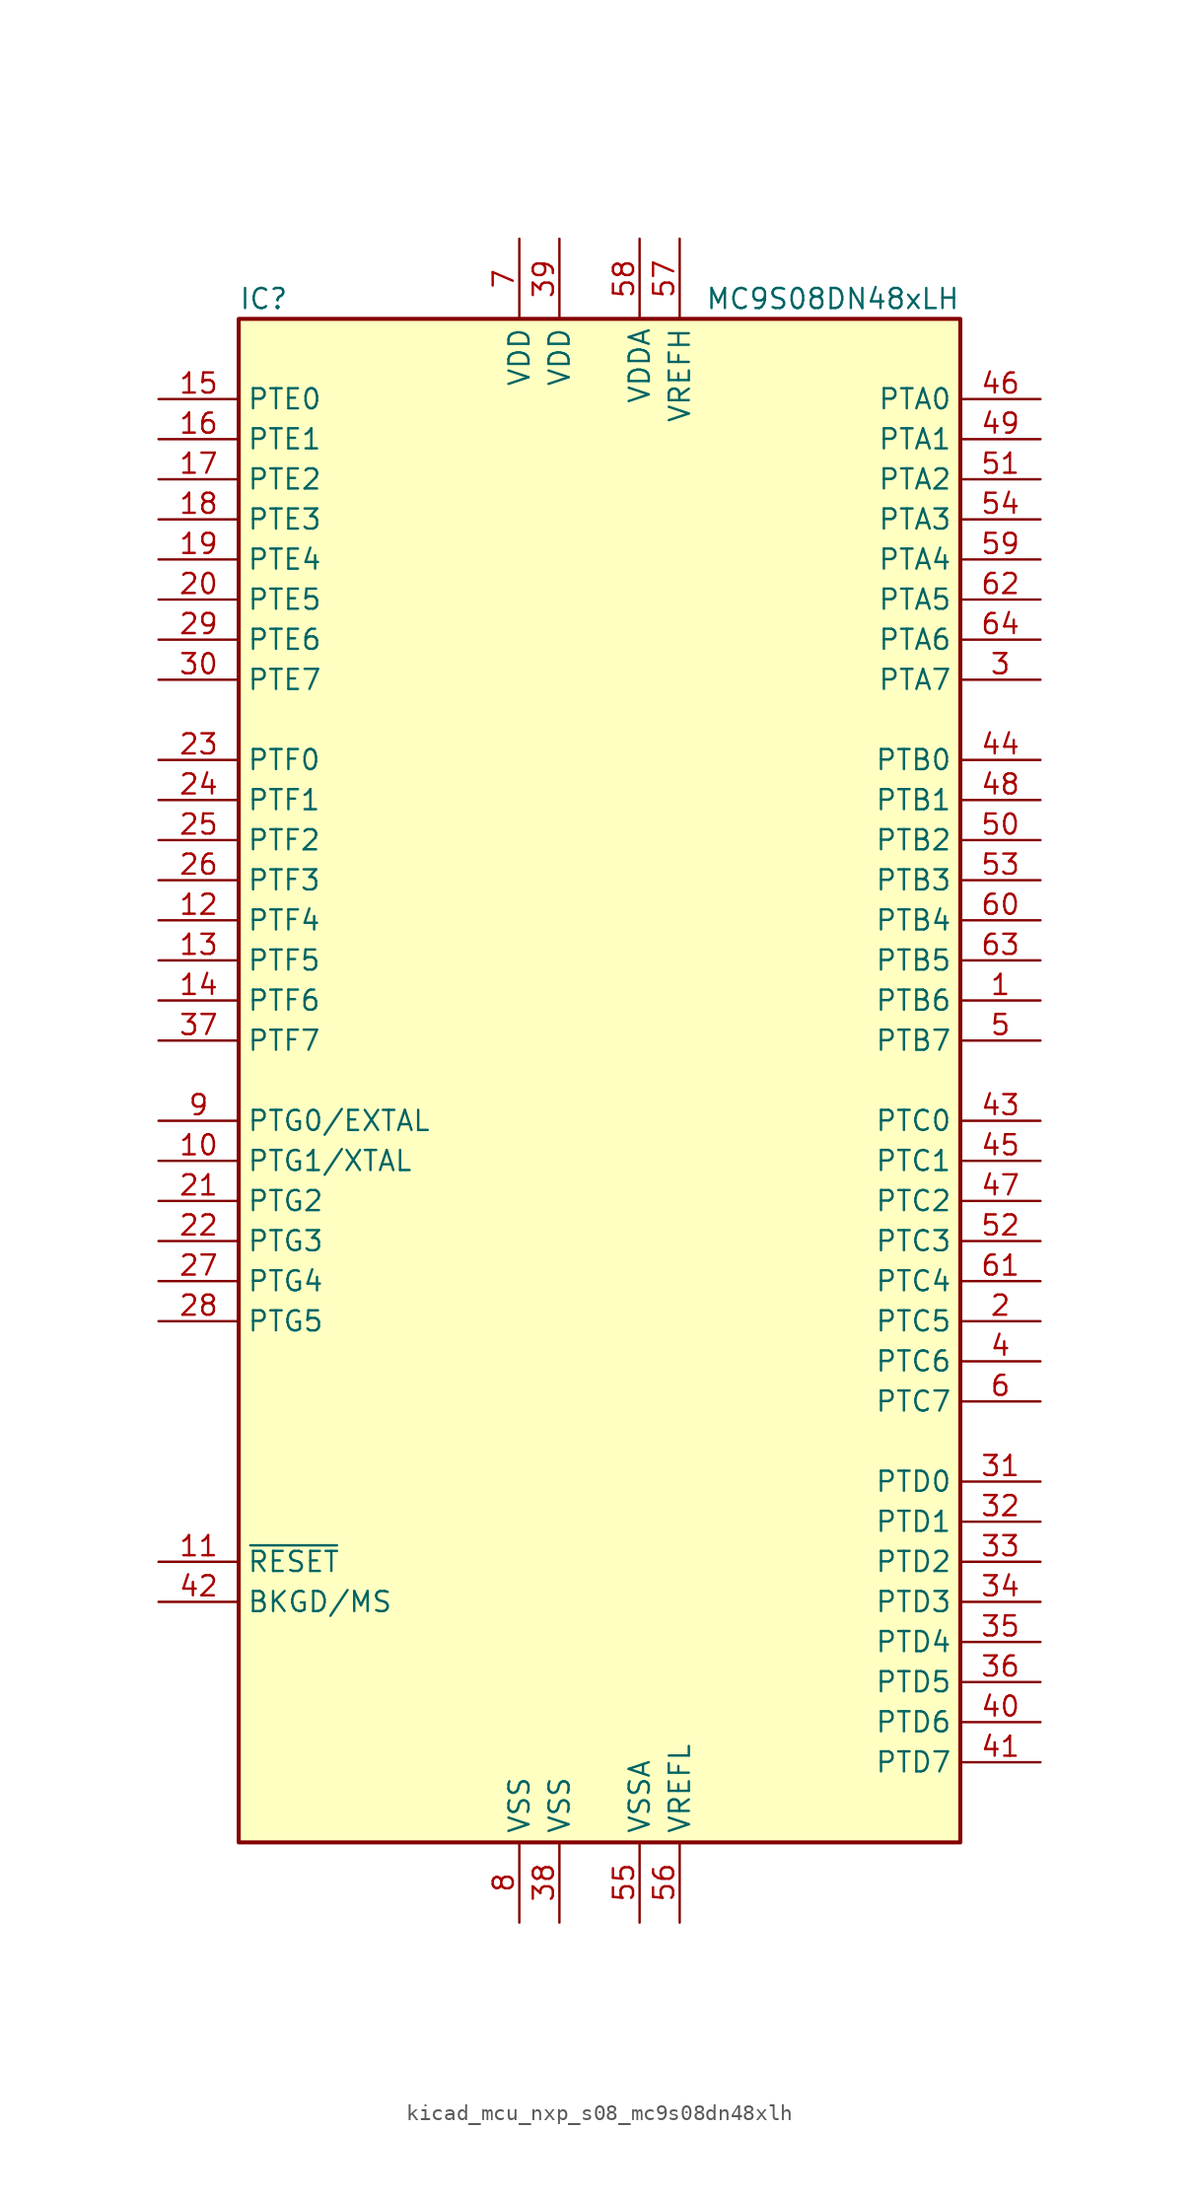
<source format=kicad_sym>
(kicad_symbol_lib
  (version 20220914)
  (generator kicad_symbol_editor)
  (symbol "kicad_mcu_nxp_s08_mc9s08dn48xlh"
    (property "Reference" "IC"
      (at -22.86 49.53 0)
      (effects (font (size 1.27 1.27)) (justify left)))
    (property "Value" "MC9S08DN48xLH"
      (at 22.86 49.53 0)
      (effects (font (size 1.27 1.27)) (justify right)))
    (symbol "kicad_mcu_nxp_s08_mc9s08dn48xlh_0_1"
      (rectangle (start -22.86 48.26) (end 22.86 -48.26) (stroke (width 0.254) (type default)) (fill (type background))))
    (symbol "kicad_mcu_nxp_s08_mc9s08dn48xlh_1_1"
      (pin bidirectional line (at 27.94 5.08 180) (length 5.08) (name "PTB6" (effects (font (size 1.27 1.27)))) (number "1" (effects (font (size 1.27 1.27)))))
      (pin bidirectional line (at -27.94 -5.08 0) (length 5.08) (name "PTG1/XTAL" (effects (font (size 1.27 1.27)))) (number "10" (effects (font (size 1.27 1.27)))))
      (pin input line (at -27.94 -30.48 0) (length 5.08) (name "~{RESET}" (effects (font (size 1.27 1.27)))) (number "11" (effects (font (size 1.27 1.27)))))
      (pin bidirectional line (at -27.94 10.16 0) (length 5.08) (name "PTF4" (effects (font (size 1.27 1.27)))) (number "12" (effects (font (size 1.27 1.27)))))
      (pin bidirectional line (at -27.94 7.62 0) (length 5.08) (name "PTF5" (effects (font (size 1.27 1.27)))) (number "13" (effects (font (size 1.27 1.27)))))
      (pin bidirectional line (at -27.94 5.08 0) (length 5.08) (name "PTF6" (effects (font (size 1.27 1.27)))) (number "14" (effects (font (size 1.27 1.27)))))
      (pin bidirectional line (at -27.94 43.18 0) (length 5.08) (name "PTE0" (effects (font (size 1.27 1.27)))) (number "15" (effects (font (size 1.27 1.27)))))
      (pin bidirectional line (at -27.94 40.64 0) (length 5.08) (name "PTE1" (effects (font (size 1.27 1.27)))) (number "16" (effects (font (size 1.27 1.27)))))
      (pin bidirectional line (at -27.94 38.1 0) (length 5.08) (name "PTE2" (effects (font (size 1.27 1.27)))) (number "17" (effects (font (size 1.27 1.27)))))
      (pin bidirectional line (at -27.94 35.56 0) (length 5.08) (name "PTE3" (effects (font (size 1.27 1.27)))) (number "18" (effects (font (size 1.27 1.27)))))
      (pin bidirectional line (at -27.94 33.02 0) (length 5.08) (name "PTE4" (effects (font (size 1.27 1.27)))) (number "19" (effects (font (size 1.27 1.27)))))
      (pin bidirectional line (at 27.94 -15.24 180) (length 5.08) (name "PTC5" (effects (font (size 1.27 1.27)))) (number "2" (effects (font (size 1.27 1.27)))))
      (pin bidirectional line (at -27.94 30.48 0) (length 5.08) (name "PTE5" (effects (font (size 1.27 1.27)))) (number "20" (effects (font (size 1.27 1.27)))))
      (pin bidirectional line (at -27.94 -7.62 0) (length 5.08) (name "PTG2" (effects (font (size 1.27 1.27)))) (number "21" (effects (font (size 1.27 1.27)))))
      (pin bidirectional line (at -27.94 -10.16 0) (length 5.08) (name "PTG3" (effects (font (size 1.27 1.27)))) (number "22" (effects (font (size 1.27 1.27)))))
      (pin bidirectional line (at -27.94 20.32 0) (length 5.08) (name "PTF0" (effects (font (size 1.27 1.27)))) (number "23" (effects (font (size 1.27 1.27)))))
      (pin bidirectional line (at -27.94 17.78 0) (length 5.08) (name "PTF1" (effects (font (size 1.27 1.27)))) (number "24" (effects (font (size 1.27 1.27)))))
      (pin bidirectional line (at -27.94 15.24 0) (length 5.08) (name "PTF2" (effects (font (size 1.27 1.27)))) (number "25" (effects (font (size 1.27 1.27)))))
      (pin bidirectional line (at -27.94 12.7 0) (length 5.08) (name "PTF3" (effects (font (size 1.27 1.27)))) (number "26" (effects (font (size 1.27 1.27)))))
      (pin bidirectional line (at -27.94 -12.7 0) (length 5.08) (name "PTG4" (effects (font (size 1.27 1.27)))) (number "27" (effects (font (size 1.27 1.27)))))
      (pin bidirectional line (at -27.94 -15.24 0) (length 5.08) (name "PTG5" (effects (font (size 1.27 1.27)))) (number "28" (effects (font (size 1.27 1.27)))))
      (pin bidirectional line (at -27.94 27.94 0) (length 5.08) (name "PTE6" (effects (font (size 1.27 1.27)))) (number "29" (effects (font (size 1.27 1.27)))))
      (pin bidirectional line (at 27.94 25.4 180) (length 5.08) (name "PTA7" (effects (font (size 1.27 1.27)))) (number "3" (effects (font (size 1.27 1.27)))))
      (pin bidirectional line (at -27.94 25.4 0) (length 5.08) (name "PTE7" (effects (font (size 1.27 1.27)))) (number "30" (effects (font (size 1.27 1.27)))))
      (pin bidirectional line (at 27.94 -25.4 180) (length 5.08) (name "PTD0" (effects (font (size 1.27 1.27)))) (number "31" (effects (font (size 1.27 1.27)))))
      (pin bidirectional line (at 27.94 -27.94 180) (length 5.08) (name "PTD1" (effects (font (size 1.27 1.27)))) (number "32" (effects (font (size 1.27 1.27)))))
      (pin bidirectional line (at 27.94 -30.48 180) (length 5.08) (name "PTD2" (effects (font (size 1.27 1.27)))) (number "33" (effects (font (size 1.27 1.27)))))
      (pin bidirectional line (at 27.94 -33.02 180) (length 5.08) (name "PTD3" (effects (font (size 1.27 1.27)))) (number "34" (effects (font (size 1.27 1.27)))))
      (pin bidirectional line (at 27.94 -35.56 180) (length 5.08) (name "PTD4" (effects (font (size 1.27 1.27)))) (number "35" (effects (font (size 1.27 1.27)))))
      (pin bidirectional line (at 27.94 -38.1 180) (length 5.08) (name "PTD5" (effects (font (size 1.27 1.27)))) (number "36" (effects (font (size 1.27 1.27)))))
      (pin bidirectional line (at -27.94 2.54 0) (length 5.08) (name "PTF7" (effects (font (size 1.27 1.27)))) (number "37" (effects (font (size 1.27 1.27)))))
      (pin power_in line (at -2.54 -53.34 90) (length 5.08) (name "VSS" (effects (font (size 1.27 1.27)))) (number "38" (effects (font (size 1.27 1.27)))))
      (pin power_in line (at -2.54 53.34 270) (length 5.08) (name "VDD" (effects (font (size 1.27 1.27)))) (number "39" (effects (font (size 1.27 1.27)))))
      (pin bidirectional line (at 27.94 -17.78 180) (length 5.08) (name "PTC6" (effects (font (size 1.27 1.27)))) (number "4" (effects (font (size 1.27 1.27)))))
      (pin bidirectional line (at 27.94 -40.64 180) (length 5.08) (name "PTD6" (effects (font (size 1.27 1.27)))) (number "40" (effects (font (size 1.27 1.27)))))
      (pin bidirectional line (at 27.94 -43.18 180) (length 5.08) (name "PTD7" (effects (font (size 1.27 1.27)))) (number "41" (effects (font (size 1.27 1.27)))))
      (pin bidirectional line (at -27.94 -33.02 0) (length 5.08) (name "BKGD/MS" (effects (font (size 1.27 1.27)))) (number "42" (effects (font (size 1.27 1.27)))))
      (pin bidirectional line (at 27.94 -2.54 180) (length 5.08) (name "PTC0" (effects (font (size 1.27 1.27)))) (number "43" (effects (font (size 1.27 1.27)))))
      (pin bidirectional line (at 27.94 20.32 180) (length 5.08) (name "PTB0" (effects (font (size 1.27 1.27)))) (number "44" (effects (font (size 1.27 1.27)))))
      (pin bidirectional line (at 27.94 -5.08 180) (length 5.08) (name "PTC1" (effects (font (size 1.27 1.27)))) (number "45" (effects (font (size 1.27 1.27)))))
      (pin bidirectional line (at 27.94 43.18 180) (length 5.08) (name "PTA0" (effects (font (size 1.27 1.27)))) (number "46" (effects (font (size 1.27 1.27)))))
      (pin bidirectional line (at 27.94 -7.62 180) (length 5.08) (name "PTC2" (effects (font (size 1.27 1.27)))) (number "47" (effects (font (size 1.27 1.27)))))
      (pin bidirectional line (at 27.94 17.78 180) (length 5.08) (name "PTB1" (effects (font (size 1.27 1.27)))) (number "48" (effects (font (size 1.27 1.27)))))
      (pin bidirectional line (at 27.94 40.64 180) (length 5.08) (name "PTA1" (effects (font (size 1.27 1.27)))) (number "49" (effects (font (size 1.27 1.27)))))
      (pin bidirectional line (at 27.94 2.54 180) (length 5.08) (name "PTB7" (effects (font (size 1.27 1.27)))) (number "5" (effects (font (size 1.27 1.27)))))
      (pin bidirectional line (at 27.94 15.24 180) (length 5.08) (name "PTB2" (effects (font (size 1.27 1.27)))) (number "50" (effects (font (size 1.27 1.27)))))
      (pin bidirectional line (at 27.94 38.1 180) (length 5.08) (name "PTA2" (effects (font (size 1.27 1.27)))) (number "51" (effects (font (size 1.27 1.27)))))
      (pin bidirectional line (at 27.94 -10.16 180) (length 5.08) (name "PTC3" (effects (font (size 1.27 1.27)))) (number "52" (effects (font (size 1.27 1.27)))))
      (pin bidirectional line (at 27.94 12.7 180) (length 5.08) (name "PTB3" (effects (font (size 1.27 1.27)))) (number "53" (effects (font (size 1.27 1.27)))))
      (pin bidirectional line (at 27.94 35.56 180) (length 5.08) (name "PTA3" (effects (font (size 1.27 1.27)))) (number "54" (effects (font (size 1.27 1.27)))))
      (pin power_in line (at 2.54 -53.34 90) (length 5.08) (name "VSSA" (effects (font (size 1.27 1.27)))) (number "55" (effects (font (size 1.27 1.27)))))
      (pin power_in line (at 5.08 -53.34 90) (length 5.08) (name "VREFL" (effects (font (size 1.27 1.27)))) (number "56" (effects (font (size 1.27 1.27)))))
      (pin power_in line (at 5.08 53.34 270) (length 5.08) (name "VREFH" (effects (font (size 1.27 1.27)))) (number "57" (effects (font (size 1.27 1.27)))))
      (pin power_in line (at 2.54 53.34 270) (length 5.08) (name "VDDA" (effects (font (size 1.27 1.27)))) (number "58" (effects (font (size 1.27 1.27)))))
      (pin bidirectional line (at 27.94 33.02 180) (length 5.08) (name "PTA4" (effects (font (size 1.27 1.27)))) (number "59" (effects (font (size 1.27 1.27)))))
      (pin bidirectional line (at 27.94 -20.32 180) (length 5.08) (name "PTC7" (effects (font (size 1.27 1.27)))) (number "6" (effects (font (size 1.27 1.27)))))
      (pin bidirectional line (at 27.94 10.16 180) (length 5.08) (name "PTB4" (effects (font (size 1.27 1.27)))) (number "60" (effects (font (size 1.27 1.27)))))
      (pin bidirectional line (at 27.94 -12.7 180) (length 5.08) (name "PTC4" (effects (font (size 1.27 1.27)))) (number "61" (effects (font (size 1.27 1.27)))))
      (pin bidirectional line (at 27.94 30.48 180) (length 5.08) (name "PTA5" (effects (font (size 1.27 1.27)))) (number "62" (effects (font (size 1.27 1.27)))))
      (pin bidirectional line (at 27.94 7.62 180) (length 5.08) (name "PTB5" (effects (font (size 1.27 1.27)))) (number "63" (effects (font (size 1.27 1.27)))))
      (pin bidirectional line (at 27.94 27.94 180) (length 5.08) (name "PTA6" (effects (font (size 1.27 1.27)))) (number "64" (effects (font (size 1.27 1.27)))))
      (pin power_in line (at -5.08 53.34 270) (length 5.08) (name "VDD" (effects (font (size 1.27 1.27)))) (number "7" (effects (font (size 1.27 1.27)))))
      (pin power_in line (at -5.08 -53.34 90) (length 5.08) (name "VSS" (effects (font (size 1.27 1.27)))) (number "8" (effects (font (size 1.27 1.27)))))
      (pin bidirectional line (at -27.94 -2.54 0) (length 5.08) (name "PTG0/EXTAL" (effects (font (size 1.27 1.27)))) (number "9" (effects (font (size 1.27 1.27))))))))
</source>
